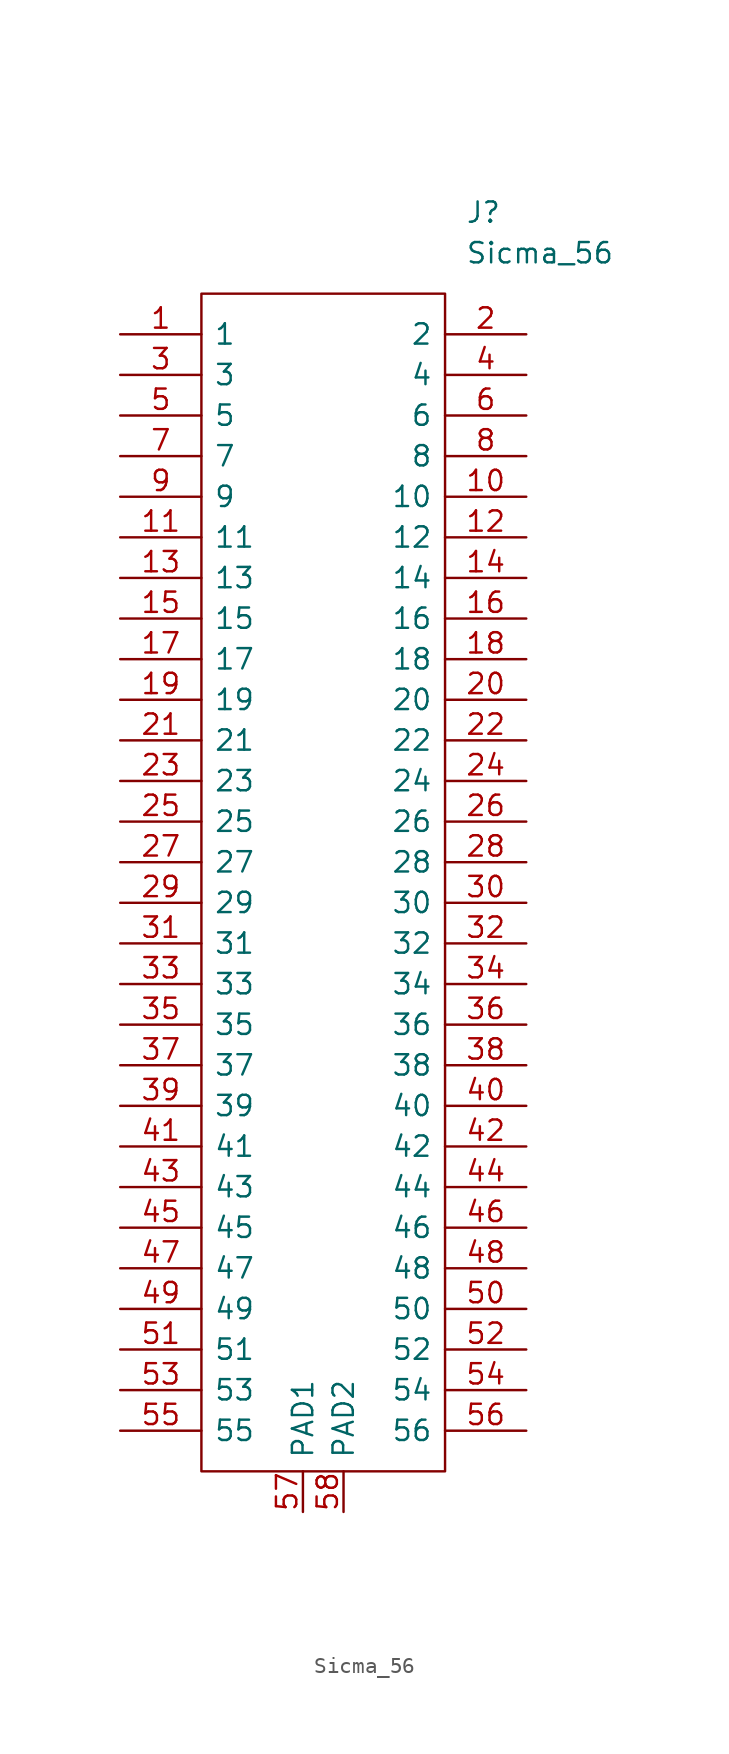
<source format=kicad_sym>
(kicad_symbol_lib
  (version 20220914)
  (generator kicad_symbol_editor)
  (symbol "Sicma_56"
    (pin_names
      (offset 0.762))
    (property "Reference" "J"
      (at 21.59 7.62 0)
      (effects (font (size 1.27 1.27)) (justify left)))
    (property "Value" "Sicma_56"
      (at 21.59 5.08 0)
      (effects (font (size 1.27 1.27)) (justify left)))
    (symbol "Sicma_56_0_0"
      (pin bidirectional line (at 0 0 0) (length 5.08) (name "1" (effects (font (size 1.27 1.27)))) (number "1" (effects (font (size 1.27 1.27)))))
      (pin bidirectional line (at 25.4 -10.16 180) (length 5.08) (name "10" (effects (font (size 1.27 1.27)))) (number "10" (effects (font (size 1.27 1.27)))))
      (pin bidirectional line (at 0 -12.7 0) (length 5.08) (name "11" (effects (font (size 1.27 1.27)))) (number "11" (effects (font (size 1.27 1.27)))))
      (pin bidirectional line (at 25.4 -12.7 180) (length 5.08) (name "12" (effects (font (size 1.27 1.27)))) (number "12" (effects (font (size 1.27 1.27)))))
      (pin bidirectional line (at 0 -15.24 0) (length 5.08) (name "13" (effects (font (size 1.27 1.27)))) (number "13" (effects (font (size 1.27 1.27)))))
      (pin bidirectional line (at 25.4 -15.24 180) (length 5.08) (name "14" (effects (font (size 1.27 1.27)))) (number "14" (effects (font (size 1.27 1.27)))))
      (pin bidirectional line (at 0 -17.78 0) (length 5.08) (name "15" (effects (font (size 1.27 1.27)))) (number "15" (effects (font (size 1.27 1.27)))))
      (pin bidirectional line (at 25.4 -17.78 180) (length 5.08) (name "16" (effects (font (size 1.27 1.27)))) (number "16" (effects (font (size 1.27 1.27)))))
      (pin bidirectional line (at 0 -20.32 0) (length 5.08) (name "17" (effects (font (size 1.27 1.27)))) (number "17" (effects (font (size 1.27 1.27)))))
      (pin bidirectional line (at 25.4 -20.32 180) (length 5.08) (name "18" (effects (font (size 1.27 1.27)))) (number "18" (effects (font (size 1.27 1.27)))))
      (pin bidirectional line (at 0 -22.86 0) (length 5.08) (name "19" (effects (font (size 1.27 1.27)))) (number "19" (effects (font (size 1.27 1.27)))))
      (pin bidirectional line (at 25.4 0 180) (length 5.08) (name "2" (effects (font (size 1.27 1.27)))) (number "2" (effects (font (size 1.27 1.27)))))
      (pin bidirectional line (at 25.4 -22.86 180) (length 5.08) (name "20" (effects (font (size 1.27 1.27)))) (number "20" (effects (font (size 1.27 1.27)))))
      (pin bidirectional line (at 0 -25.4 0) (length 5.08) (name "21" (effects (font (size 1.27 1.27)))) (number "21" (effects (font (size 1.27 1.27)))))
      (pin bidirectional line (at 25.4 -25.4 180) (length 5.08) (name "22" (effects (font (size 1.27 1.27)))) (number "22" (effects (font (size 1.27 1.27)))))
      (pin bidirectional line (at 0 -27.94 0) (length 5.08) (name "23" (effects (font (size 1.27 1.27)))) (number "23" (effects (font (size 1.27 1.27)))))
      (pin bidirectional line (at 25.4 -27.94 180) (length 5.08) (name "24" (effects (font (size 1.27 1.27)))) (number "24" (effects (font (size 1.27 1.27)))))
      (pin bidirectional line (at 0 -30.48 0) (length 5.08) (name "25" (effects (font (size 1.27 1.27)))) (number "25" (effects (font (size 1.27 1.27)))))
      (pin bidirectional line (at 25.4 -30.48 180) (length 5.08) (name "26" (effects (font (size 1.27 1.27)))) (number "26" (effects (font (size 1.27 1.27)))))
      (pin bidirectional line (at 0 -33.02 0) (length 5.08) (name "27" (effects (font (size 1.27 1.27)))) (number "27" (effects (font (size 1.27 1.27)))))
      (pin bidirectional line (at 25.4 -33.02 180) (length 5.08) (name "28" (effects (font (size 1.27 1.27)))) (number "28" (effects (font (size 1.27 1.27)))))
      (pin bidirectional line (at 0 -35.56 0) (length 5.08) (name "29" (effects (font (size 1.27 1.27)))) (number "29" (effects (font (size 1.27 1.27)))))
      (pin bidirectional line (at 0 -2.54 0) (length 5.08) (name "3" (effects (font (size 1.27 1.27)))) (number "3" (effects (font (size 1.27 1.27)))))
      (pin bidirectional line (at 25.4 -35.56 180) (length 5.08) (name "30" (effects (font (size 1.27 1.27)))) (number "30" (effects (font (size 1.27 1.27)))))
      (pin bidirectional line (at 0 -38.1 0) (length 5.08) (name "31" (effects (font (size 1.27 1.27)))) (number "31" (effects (font (size 1.27 1.27)))))
      (pin bidirectional line (at 25.4 -38.1 180) (length 5.08) (name "32" (effects (font (size 1.27 1.27)))) (number "32" (effects (font (size 1.27 1.27)))))
      (pin bidirectional line (at 0 -40.64 0) (length 5.08) (name "33" (effects (font (size 1.27 1.27)))) (number "33" (effects (font (size 1.27 1.27)))))
      (pin bidirectional line (at 25.4 -40.64 180) (length 5.08) (name "34" (effects (font (size 1.27 1.27)))) (number "34" (effects (font (size 1.27 1.27)))))
      (pin bidirectional line (at 0 -43.18 0) (length 5.08) (name "35" (effects (font (size 1.27 1.27)))) (number "35" (effects (font (size 1.27 1.27)))))
      (pin bidirectional line (at 25.4 -43.18 180) (length 5.08) (name "36" (effects (font (size 1.27 1.27)))) (number "36" (effects (font (size 1.27 1.27)))))
      (pin bidirectional line (at 0 -45.72 0) (length 5.08) (name "37" (effects (font (size 1.27 1.27)))) (number "37" (effects (font (size 1.27 1.27)))))
      (pin bidirectional line (at 25.4 -45.72 180) (length 5.08) (name "38" (effects (font (size 1.27 1.27)))) (number "38" (effects (font (size 1.27 1.27)))))
      (pin bidirectional line (at 0 -48.26 0) (length 5.08) (name "39" (effects (font (size 1.27 1.27)))) (number "39" (effects (font (size 1.27 1.27)))))
      (pin bidirectional line (at 25.4 -2.54 180) (length 5.08) (name "4" (effects (font (size 1.27 1.27)))) (number "4" (effects (font (size 1.27 1.27)))))
      (pin bidirectional line (at 25.4 -48.26 180) (length 5.08) (name "40" (effects (font (size 1.27 1.27)))) (number "40" (effects (font (size 1.27 1.27)))))
      (pin bidirectional line (at 0 -50.8 0) (length 5.08) (name "41" (effects (font (size 1.27 1.27)))) (number "41" (effects (font (size 1.27 1.27)))))
      (pin bidirectional line (at 25.4 -50.8 180) (length 5.08) (name "42" (effects (font (size 1.27 1.27)))) (number "42" (effects (font (size 1.27 1.27)))))
      (pin bidirectional line (at 0 -53.34 0) (length 5.08) (name "43" (effects (font (size 1.27 1.27)))) (number "43" (effects (font (size 1.27 1.27)))))
      (pin bidirectional line (at 25.4 -53.34 180) (length 5.08) (name "44" (effects (font (size 1.27 1.27)))) (number "44" (effects (font (size 1.27 1.27)))))
      (pin bidirectional line (at 0 -55.88 0) (length 5.08) (name "45" (effects (font (size 1.27 1.27)))) (number "45" (effects (font (size 1.27 1.27)))))
      (pin bidirectional line (at 25.4 -55.88 180) (length 5.08) (name "46" (effects (font (size 1.27 1.27)))) (number "46" (effects (font (size 1.27 1.27)))))
      (pin bidirectional line (at 0 -58.42 0) (length 5.08) (name "47" (effects (font (size 1.27 1.27)))) (number "47" (effects (font (size 1.27 1.27)))))
      (pin bidirectional line (at 25.4 -58.42 180) (length 5.08) (name "48" (effects (font (size 1.27 1.27)))) (number "48" (effects (font (size 1.27 1.27)))))
      (pin bidirectional line (at 0 -60.96 0) (length 5.08) (name "49" (effects (font (size 1.27 1.27)))) (number "49" (effects (font (size 1.27 1.27)))))
      (pin bidirectional line (at 0 -5.08 0) (length 5.08) (name "5" (effects (font (size 1.27 1.27)))) (number "5" (effects (font (size 1.27 1.27)))))
      (pin bidirectional line (at 25.4 -60.96 180) (length 5.08) (name "50" (effects (font (size 1.27 1.27)))) (number "50" (effects (font (size 1.27 1.27)))))
      (pin bidirectional line (at 0 -63.5 0) (length 5.08) (name "51" (effects (font (size 1.27 1.27)))) (number "51" (effects (font (size 1.27 1.27)))))
      (pin bidirectional line (at 25.4 -63.5 180) (length 5.08) (name "52" (effects (font (size 1.27 1.27)))) (number "52" (effects (font (size 1.27 1.27)))))
      (pin bidirectional line (at 0 -66.04 0) (length 5.08) (name "53" (effects (font (size 1.27 1.27)))) (number "53" (effects (font (size 1.27 1.27)))))
      (pin bidirectional line (at 25.4 -66.04 180) (length 5.08) (name "54" (effects (font (size 1.27 1.27)))) (number "54" (effects (font (size 1.27 1.27)))))
      (pin bidirectional line (at 0 -68.58 0) (length 5.08) (name "55" (effects (font (size 1.27 1.27)))) (number "55" (effects (font (size 1.27 1.27)))))
      (pin bidirectional line (at 25.4 -68.58 180) (length 5.08) (name "56" (effects (font (size 1.27 1.27)))) (number "56" (effects (font (size 1.27 1.27)))))
      (pin bidirectional line (at 25.4 -5.08 180) (length 5.08) (name "6" (effects (font (size 1.27 1.27)))) (number "6" (effects (font (size 1.27 1.27)))))
      (pin bidirectional line (at 0 -7.62 0) (length 5.08) (name "7" (effects (font (size 1.27 1.27)))) (number "7" (effects (font (size 1.27 1.27)))))
      (pin bidirectional line (at 25.4 -7.62 180) (length 5.08) (name "8" (effects (font (size 1.27 1.27)))) (number "8" (effects (font (size 1.27 1.27)))))
      (pin bidirectional line (at 0 -10.16 0) (length 5.08) (name "9" (effects (font (size 1.27 1.27)))) (number "9" (effects (font (size 1.27 1.27))))))
    (symbol "Sicma_56_0_1"
      (polyline (pts (xy 5.08 2.54) (xy 20.32 2.54) (xy 20.32 -71.12) (xy 5.08 -71.12) (xy 5.08 2.54)) (stroke (width 0.152) (type default)) (fill (type none))))
    (symbol "Sicma_56_1_1"
      (pin unspecified line (at 11.43 -73.66 90) (length 2.54) (name "PAD1" (effects (font (size 1.27 1.27)))) (number "57" (effects (font (size 1.27 1.27)))))
      (pin unspecified line (at 13.97 -73.66 90) (length 2.54) (name "PAD2" (effects (font (size 1.27 1.27)))) (number "58" (effects (font (size 1.27 1.27))))))))
</source>
